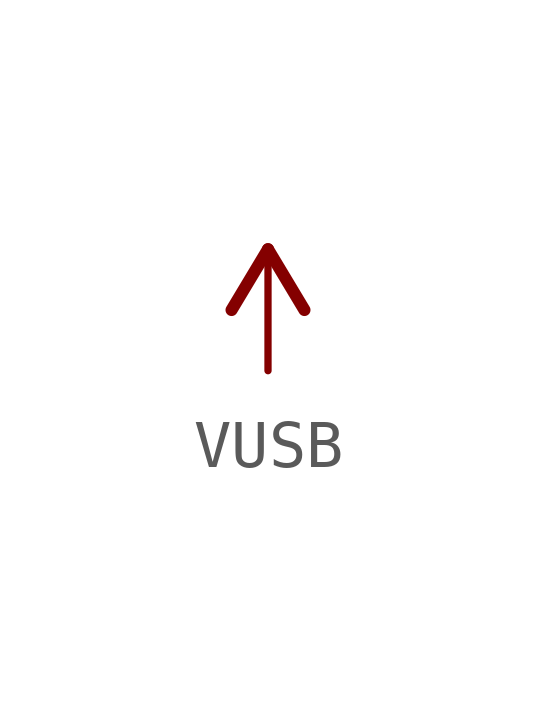
<source format=kicad_sym>
(kicad_symbol_lib
  (version 20241209)
  (generator "kicad_symbol_editor")
  (generator_version "9.0")
  (symbol "VUSB"
    (power)
    (property "Reference" "#SUPPLY"
      (at 0 0 0)
      (effects (font (size 1.27 1.27)) (hide yes)))
    (property "Value" ""
      (at 0 2.794 0)
      (effects (font (size 1.778 1.511)) (justify bottom)))
    (property "ki_locked" ""
      (at 0 0 0)
      (effects (font (size 1.27 1.27))))
    (symbol "VUSB_1_0"
      (polyline (pts (xy 0 2.54) (xy -0.762 1.27)) (stroke (width 0.254) (type solid)) (fill (type none)))
      (polyline (pts (xy 0.762 1.27) (xy 0 2.54)) (stroke (width 0.254) (type solid)) (fill (type none)))
      (pin power_in line (at 0 0 90) (length 2.54) (name "V_USB" (effects (font (size 0 0)))) (number "1" (effects (font (size 0 0))))))))
</source>
